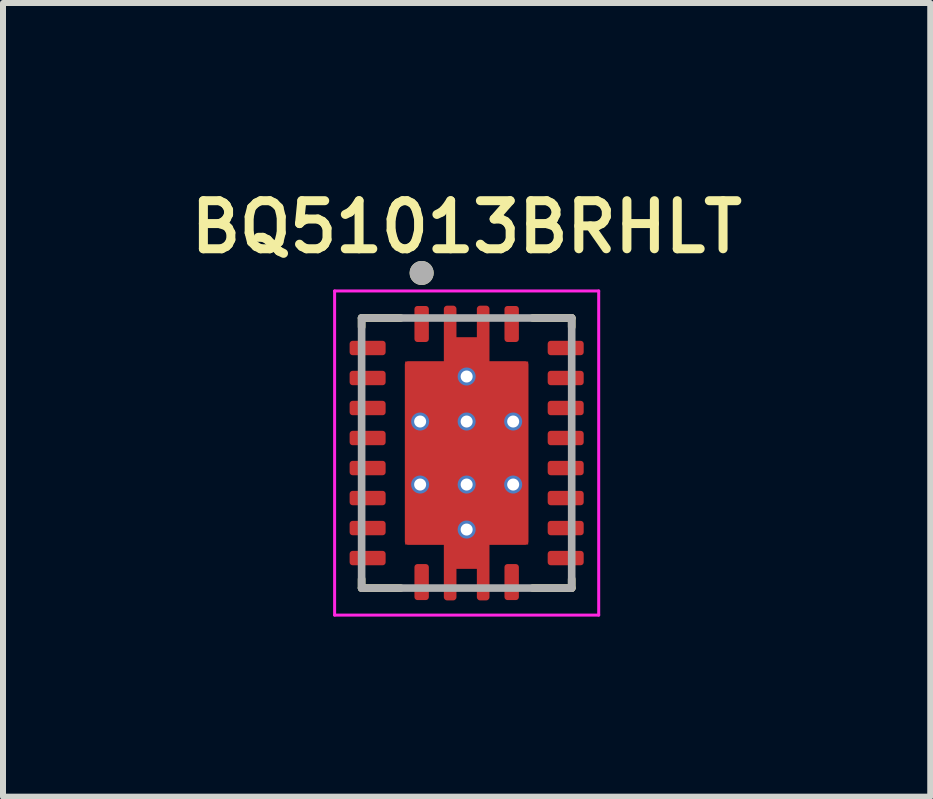
<source format=kicad_pcb>
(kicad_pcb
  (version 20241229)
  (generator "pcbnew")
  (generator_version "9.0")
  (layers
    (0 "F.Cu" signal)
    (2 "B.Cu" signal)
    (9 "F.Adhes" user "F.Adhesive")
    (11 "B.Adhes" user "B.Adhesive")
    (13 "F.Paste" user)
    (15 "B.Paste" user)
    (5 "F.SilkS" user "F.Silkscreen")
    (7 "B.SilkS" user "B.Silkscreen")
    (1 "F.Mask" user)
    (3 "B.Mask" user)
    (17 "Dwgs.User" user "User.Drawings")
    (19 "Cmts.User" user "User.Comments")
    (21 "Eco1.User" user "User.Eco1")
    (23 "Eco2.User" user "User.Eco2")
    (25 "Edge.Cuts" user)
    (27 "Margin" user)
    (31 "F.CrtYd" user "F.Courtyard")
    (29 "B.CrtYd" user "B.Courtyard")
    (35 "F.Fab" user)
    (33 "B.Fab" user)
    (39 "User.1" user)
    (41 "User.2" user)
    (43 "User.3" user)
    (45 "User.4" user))
  (footprint "BQ51013BRHLT"
    (layer "F.Cu")
    (at 4.725 4.498)
    (property "Reference" "BQ51013BRHLT" (at 0 -3.766 0) (layer "F.SilkS") (effects (font (size 0.801 0.801) (thickness 0.15))))
    (attr smd)
    (fp_poly (pts (xy -0.477 -1.627) (xy -0.477 -2.4) (xy -0.477 -2.408) (xy -0.476 -2.416) (xy -0.475 -2.424) (xy -0.474 -2.432) (xy -0.472 -2.439) (xy -0.47 -2.447) (xy -0.467 -2.454) (xy -0.464 -2.462) (xy -0.46 -2.469) (xy -0.457 -2.476) (xy -0.452 -2.483) (xy -0.448 -2.489) (xy -0.443 -2.496) (xy -0.438 -2.502) (xy -0.432 -2.507) (xy -0.427 -2.513) (xy -0.421 -2.518) (xy -0.414 -2.523) (xy -0.408 -2.527) (xy -0.401 -2.532) (xy -0.394 -2.535) (xy -0.387 -2.539) (xy -0.379 -2.542) (xy -0.372 -2.545) (xy -0.364 -2.547) (xy -0.357 -2.549) (xy -0.349 -2.55) (xy -0.341 -2.551) (xy -0.333 -2.552) (xy -0.325 -2.552) (xy -0.225 -2.552) (xy -0.217 -2.552) (xy -0.209 -2.551) (xy -0.201 -2.55) (xy -0.193 -2.549) (xy -0.186 -2.547) (xy -0.178 -2.545) (xy -0.171 -2.542) (xy -0.163 -2.539) (xy -0.156 -2.535) (xy -0.149 -2.532) (xy -0.142 -2.527) (xy -0.136 -2.523) (xy -0.129 -2.518) (xy -0.123 -2.513) (xy -0.118 -2.507) (xy -0.112 -2.502) (xy -0.107 -2.496) (xy -0.102 -2.489) (xy -0.098 -2.483) (xy -0.093 -2.476) (xy -0.09 -2.469) (xy -0.086 -2.462) (xy -0.083 -2.454) (xy -0.08 -2.447) (xy -0.078 -2.439) (xy -0.076 -2.432) (xy -0.075 -2.424) (xy -0.074 -2.416) (xy -0.073 -2.408) (xy -0.073 -2.4) (xy -0.073 -2.027) (xy 0.072 -2.027) (xy 0.073 -2.027) (xy 0.073 -2.402) (xy 0.073 -2.41) (xy 0.074 -2.418) (xy 0.075 -2.425) (xy 0.076 -2.433) (xy 0.078 -2.441) (xy 0.08 -2.448) (xy 0.083 -2.456) (xy 0.086 -2.463) (xy 0.089 -2.47) (xy 0.093 -2.477) (xy 0.097 -2.484) (xy 0.102 -2.49) (xy 0.106 -2.496) (xy 0.112 -2.502) (xy 0.117 -2.508) (xy 0.123 -2.513) (xy 0.129 -2.519) (xy 0.135 -2.523) (xy 0.141 -2.528) (xy 0.148 -2.532) (xy 0.155 -2.536) (xy 0.162 -2.539) (xy 0.169 -2.542) (xy 0.177 -2.545) (xy 0.184 -2.547) (xy 0.192 -2.549) (xy 0.2 -2.55) (xy 0.207 -2.551) (xy 0.215 -2.552) (xy 0.223 -2.552) (xy 0.326 -2.552) (xy 0.334 -2.552) (xy 0.342 -2.551) (xy 0.35 -2.55) (xy 0.357 -2.549) (xy 0.365 -2.547) (xy 0.373 -2.545) (xy 0.38 -2.542) (xy 0.387 -2.539) (xy 0.395 -2.536) (xy 0.401 -2.532) (xy 0.408 -2.528) (xy 0.415 -2.523) (xy 0.421 -2.518) (xy 0.427 -2.513) (xy 0.433 -2.508) (xy 0.438 -2.502) (xy 0.443 -2.496) (xy 0.448 -2.49) (xy 0.453 -2.483) (xy 0.457 -2.476) (xy 0.461 -2.47) (xy 0.464 -2.462) (xy 0.467 -2.455) (xy 0.47 -2.448) (xy 0.472 -2.44) (xy 0.474 -2.432) (xy 0.475 -2.425) (xy 0.476 -2.417) (xy 0.477 -2.409) (xy 0.477 -2.401) (xy 0.477 -1.627) (xy 0.975 -1.627) (xy 0.983 -1.627) (xy 0.991 -1.626) (xy 0.999 -1.625) (xy 1.007 -1.624) (xy 1.014 -1.622) (xy 1.022 -1.62) (xy 1.029 -1.617) (xy 1.037 -1.614) (xy 1.044 -1.61) (xy 1.051 -1.607) (xy 1.058 -1.602) (xy 1.064 -1.598) (xy 1.071 -1.593) (xy 1.077 -1.588) (xy 1.082 -1.582) (xy 1.088 -1.577) (xy 1.093 -1.571) (xy 1.098 -1.564) (xy 1.102 -1.558) (xy 1.107 -1.551) (xy 1.11 -1.544) (xy 1.114 -1.537) (xy 1.117 -1.529) (xy 1.12 -1.522) (xy 1.122 -1.514) (xy 1.124 -1.507) (xy 1.125 -1.499) (xy 1.126 -1.491) (xy 1.127 -1.483) (xy 1.127 -1.475) (xy 1.127 1.476) (xy 1.127 1.484) (xy 1.126 1.492) (xy 1.125 1.499) (xy 1.124 1.507) (xy 1.122 1.515) (xy 1.12 1.522) (xy 1.117 1.53) (xy 1.114 1.537) (xy 1.111 1.544) (xy 1.107 1.551) (xy 1.103 1.558) (xy 1.098 1.564) (xy 1.094 1.57) (xy 1.088 1.576) (xy 1.083 1.582) (xy 1.077 1.587) (xy 1.071 1.593) (xy 1.065 1.597) (xy 1.059 1.602) (xy 1.052 1.606) (xy 1.045 1.61) (xy 1.038 1.613) (xy 1.031 1.616) (xy 1.023 1.619) (xy 1.016 1.621) (xy 1.008 1.623) (xy 1 1.624) (xy 0.993 1.625) (xy 0.985 1.626) (xy 0.977 1.626) (xy 0.478 1.626) (xy 0.477 1.626) (xy 0.477 1.627) (xy 0.477 2.401) (xy 0.477 2.409) (xy 0.476 2.417) (xy 0.475 2.424) (xy 0.474 2.432) (xy 0.472 2.44) (xy 0.47 2.447) (xy 0.467 2.455) (xy 0.464 2.462) (xy 0.461 2.469) (xy 0.457 2.476) (xy 0.453 2.483) (xy 0.448 2.489) (xy 0.444 2.495) (xy 0.438 2.501) (xy 0.433 2.507) (xy 0.427 2.512) (xy 0.421 2.518) (xy 0.415 2.522) (xy 0.409 2.527) (xy 0.402 2.531) (xy 0.395 2.535) (xy 0.388 2.538) (xy 0.381 2.541) (xy 0.373 2.544) (xy 0.366 2.546) (xy 0.358 2.548) (xy 0.35 2.549) (xy 0.343 2.55) (xy 0.335 2.551) (xy 0.327 2.551) (xy 0.222 2.551) (xy 0.214 2.551) (xy 0.206 2.55) (xy 0.199 2.549) (xy 0.191 2.548) (xy 0.183 2.546) (xy 0.176 2.544) (xy 0.169 2.541) (xy 0.161 2.538) (xy 0.154 2.535) (xy 0.147 2.531) (xy 0.141 2.527) (xy 0.134 2.523) (xy 0.128 2.518) (xy 0.122 2.513) (xy 0.117 2.507) (xy 0.111 2.502) (xy 0.106 2.496) (xy 0.101 2.49) (xy 0.097 2.483) (xy 0.093 2.477) (xy 0.089 2.47) (xy 0.086 2.463) (xy 0.083 2.455) (xy 0.08 2.448) (xy 0.078 2.441) (xy 0.076 2.433) (xy 0.075 2.425) (xy 0.074 2.418) (xy 0.073 2.41) (xy 0.073 2.402) (xy 0.073 2.027) (xy -0.072 2.027) (xy -0.073 2.027) (xy -0.073 2.028) (xy -0.073 2.401) (xy -0.073 2.409) (xy -0.074 2.417) (xy -0.075 2.424) (xy -0.076 2.432) (xy -0.078 2.44) (xy -0.08 2.447) (xy -0.083 2.455) (xy -0.086 2.462) (xy -0.089 2.469) (xy -0.093 2.476) (xy -0.097 2.483) (xy -0.102 2.489) (xy -0.106 2.495) (xy -0.112 2.501) (xy -0.117 2.507) (xy -0.123 2.512) (xy -0.129 2.518) (xy -0.135 2.522) (xy -0.141 2.527) (xy -0.148 2.531) (xy -0.155 2.535) (xy -0.162 2.538) (xy -0.169 2.541) (xy -0.177 2.544) (xy -0.184 2.546) (xy -0.192 2.548) (xy -0.2 2.549) (xy -0.207 2.55) (xy -0.215 2.551) (xy -0.223 2.551) (xy -0.329 2.551) (xy -0.337 2.551) (xy -0.344 2.55) (xy -0.352 2.549) (xy -0.36 2.548) (xy -0.367 2.546) (xy -0.375 2.544) (xy -0.382 2.541) (xy -0.389 2.538) (xy -0.396 2.535) (xy -0.403 2.531) (xy -0.41 2.527) (xy -0.416 2.523) (xy -0.422 2.518) (xy -0.428 2.513) (xy -0.434 2.508) (xy -0.439 2.502) (xy -0.444 2.496) (xy -0.449 2.49) (xy -0.453 2.484) (xy -0.457 2.477) (xy -0.461 2.47) (xy -0.464 2.463) (xy -0.467 2.456) (xy -0.47 2.449) (xy -0.472 2.441) (xy -0.474 2.434) (xy -0.475 2.426) (xy -0.476 2.418) (xy -0.477 2.411) (xy -0.477 2.403) (xy -0.477 1.627) (xy -0.975 1.627) (xy -0.983 1.627) (xy -0.991 1.626) (xy -0.999 1.625) (xy -1.007 1.624) (xy -1.014 1.622) (xy -1.022 1.62) (xy -1.029 1.617) (xy -1.037 1.614) (xy -1.044 1.61) (xy -1.051 1.607) (xy -1.058 1.602) (xy -1.064 1.598) (xy -1.071 1.593) (xy -1.077 1.588) (xy -1.082 1.582) (xy -1.088 1.577) (xy -1.093 1.571) (xy -1.098 1.564) (xy -1.102 1.558) (xy -1.107 1.551) (xy -1.11 1.544) (xy -1.114 1.537) (xy -1.117 1.529) (xy -1.12 1.522) (xy -1.122 1.514) (xy -1.124 1.507) (xy -1.125 1.499) (xy -1.126 1.491) (xy -1.127 1.483) (xy -1.127 1.475) (xy -1.127 -1.474) (xy -1.127 -1.482) (xy -1.126 -1.49) (xy -1.125 -1.498) (xy -1.124 -1.506) (xy -1.122 -1.513) (xy -1.12 -1.521) (xy -1.117 -1.528) (xy -1.114 -1.536) (xy -1.11 -1.543) (xy -1.107 -1.55) (xy -1.102 -1.557) (xy -1.098 -1.563) (xy -1.093 -1.57) (xy -1.088 -1.576) (xy -1.082 -1.581) (xy -1.077 -1.587) (xy -1.071 -1.592) (xy -1.064 -1.597) (xy -1.058 -1.601) (xy -1.051 -1.606) (xy -1.044 -1.609) (xy -1.037 -1.613) (xy -1.029 -1.616) (xy -1.022 -1.619) (xy -1.014 -1.621) (xy -1.007 -1.623) (xy -0.999 -1.624) (xy -0.991 -1.625) (xy -0.983 -1.626) (xy -0.975 -1.626) (xy -0.478 -1.626) (xy -0.477 -1.626) (xy -0.477 -1.627)) (stroke (width 0.01) (type solid)) (fill yes) (layer "F.Mask"))
    (fp_line (start -1.75 -2.25) (end -1.1 -2.25) (stroke (width 0.127) (type solid)) (layer "F.SilkS"))
    (fp_line (start -1.75 -2.1) (end -1.75 -2.25) (stroke (width 0.127) (type solid)) (layer "F.SilkS"))
    (fp_line (start -1.75 2.1) (end -1.75 2.25) (stroke (width 0.127) (type solid)) (layer "F.SilkS"))
    (fp_line (start -1.75 2.25) (end -1.1 2.25) (stroke (width 0.127) (type solid)) (layer "F.SilkS"))
    (fp_line (start 1.1 -2.25) (end 1.75 -2.25) (stroke (width 0.127) (type solid)) (layer "F.SilkS"))
    (fp_line (start 1.1 2.25) (end 1.75 2.25) (stroke (width 0.127) (type solid)) (layer "F.SilkS"))
    (fp_line (start 1.75 -2.25) (end 1.75 -2.1) (stroke (width 0.127) (type solid)) (layer "F.SilkS"))
    (fp_line (start 1.75 2.25) (end 1.75 2.1) (stroke (width 0.127) (type solid)) (layer "F.SilkS"))
    (fp_circle (center -0.75 -3) (end -0.65 -3) (stroke (width 0.2) (type solid)) (fill no) (layer "F.SilkS"))
    (fp_poly (pts (xy -1.02 -0.625) (xy -0.1 -0.625) (xy -0.1 -1.475) (xy -1.02 -1.475)) (stroke (width 0.01) (type solid)) (fill yes) (layer "F.Paste"))
    (fp_poly (pts (xy -1.02 0.425) (xy -0.1 0.425) (xy -0.1 -0.425) (xy -1.02 -0.425)) (stroke (width 0.01) (type solid)) (fill yes) (layer "F.Paste"))
    (fp_poly (pts (xy -1.02 1.475) (xy -0.1 1.475) (xy -0.1 0.625) (xy -1.02 0.625)) (stroke (width 0.01) (type solid)) (fill yes) (layer "F.Paste"))
    (fp_poly (pts (xy 0.1 -0.625) (xy 1.02 -0.625) (xy 1.02 -1.475) (xy 0.1 -1.475)) (stroke (width 0.01) (type solid)) (fill yes) (layer "F.Paste"))
    (fp_poly (pts (xy 0.1 0.425) (xy 1.02 0.425) (xy 1.02 -0.425) (xy 0.1 -0.425)) (stroke (width 0.01) (type solid)) (fill yes) (layer "F.Paste"))
    (fp_poly (pts (xy 0.1 1.475) (xy 1.02 1.475) (xy 1.02 0.625) (xy 0.1 0.625)) (stroke (width 0.01) (type solid)) (fill yes) (layer "F.Paste"))
    (fp_poly (pts (xy -0.375 -1.675) (xy -0.375 -2.4) (xy -0.375 -2.403) (xy -0.375 -2.405) (xy -0.374 -2.408) (xy -0.374 -2.41) (xy -0.373 -2.413) (xy -0.373 -2.415) (xy -0.372 -2.418) (xy -0.371 -2.42) (xy -0.37 -2.423) (xy -0.368 -2.425) (xy -0.367 -2.427) (xy -0.365 -2.429) (xy -0.364 -2.431) (xy -0.362 -2.433) (xy -0.36 -2.435) (xy -0.358 -2.437) (xy -0.356 -2.439) (xy -0.354 -2.44) (xy -0.352 -2.442) (xy -0.35 -2.443) (xy -0.348 -2.445) (xy -0.345 -2.446) (xy -0.343 -2.447) (xy -0.34 -2.448) (xy -0.338 -2.448) (xy -0.335 -2.449) (xy -0.333 -2.449) (xy -0.33 -2.45) (xy -0.328 -2.45) (xy -0.325 -2.45) (xy -0.225 -2.45) (xy -0.222 -2.45) (xy -0.22 -2.45) (xy -0.217 -2.449) (xy -0.215 -2.449) (xy -0.212 -2.448) (xy -0.21 -2.448) (xy -0.207 -2.447) (xy -0.205 -2.446) (xy -0.202 -2.445) (xy -0.2 -2.443) (xy -0.198 -2.442) (xy -0.196 -2.44) (xy -0.194 -2.439) (xy -0.192 -2.437) (xy -0.19 -2.435) (xy -0.188 -2.433) (xy -0.186 -2.431) (xy -0.185 -2.429) (xy -0.183 -2.427) (xy -0.182 -2.425) (xy -0.18 -2.423) (xy -0.179 -2.42) (xy -0.178 -2.418) (xy -0.177 -2.415) (xy -0.177 -2.413) (xy -0.176 -2.41) (xy -0.176 -2.408) (xy -0.175 -2.405) (xy -0.175 -2.403) (xy -0.175 -2.4) (xy -0.175 -1.925) (xy 0.175 -1.925) (xy 0.175 -2.4) (xy 0.175 -2.403) (xy 0.175 -2.405) (xy 0.176 -2.408) (xy 0.176 -2.41) (xy 0.177 -2.413) (xy 0.177 -2.415) (xy 0.178 -2.418) (xy 0.179 -2.42) (xy 0.18 -2.423) (xy 0.182 -2.425) (xy 0.183 -2.427) (xy 0.185 -2.429) (xy 0.186 -2.431) (xy 0.188 -2.433) (xy 0.19 -2.435) (xy 0.192 -2.437) (xy 0.194 -2.439) (xy 0.196 -2.44) (xy 0.198 -2.442) (xy 0.2 -2.443) (xy 0.202 -2.445) (xy 0.205 -2.446) (xy 0.207 -2.447) (xy 0.21 -2.448) (xy 0.212 -2.448) (xy 0.215 -2.449) (xy 0.217 -2.449) (xy 0.22 -2.45) (xy 0.222 -2.45) (xy 0.225 -2.45) (xy 0.325 -2.45) (xy 0.328 -2.45) (xy 0.33 -2.45) (xy 0.333 -2.449) (xy 0.335 -2.449) (xy 0.338 -2.448) (xy 0.34 -2.448) (xy 0.343 -2.447) (xy 0.345 -2.446) (xy 0.348 -2.445) (xy 0.35 -2.443) (xy 0.352 -2.442) (xy 0.354 -2.44) (xy 0.356 -2.439) (xy 0.358 -2.437) (xy 0.36 -2.435) (xy 0.362 -2.433) (xy 0.364 -2.431) (xy 0.365 -2.429) (xy 0.367 -2.427) (xy 0.368 -2.425) (xy 0.37 -2.423) (xy 0.371 -2.42) (xy 0.372 -2.418) (xy 0.373 -2.415) (xy 0.373 -2.413) (xy 0.374 -2.41) (xy 0.374 -2.408) (xy 0.375 -2.405) (xy 0.375 -2.403) (xy 0.375 -2.4) (xy 0.375 -1.675) (xy -0.375 -1.675)) (stroke (width 0.01) (type solid)) (fill yes) (layer "F.Paste"))
    (fp_poly (pts (xy 0.375 1.675) (xy 0.375 2.4) (xy 0.375 2.403) (xy 0.375 2.405) (xy 0.374 2.408) (xy 0.374 2.41) (xy 0.373 2.413) (xy 0.373 2.415) (xy 0.372 2.418) (xy 0.371 2.42) (xy 0.37 2.423) (xy 0.368 2.425) (xy 0.367 2.427) (xy 0.365 2.429) (xy 0.364 2.431) (xy 0.362 2.433) (xy 0.36 2.435) (xy 0.358 2.437) (xy 0.356 2.439) (xy 0.354 2.44) (xy 0.352 2.442) (xy 0.35 2.443) (xy 0.348 2.445) (xy 0.345 2.446) (xy 0.343 2.447) (xy 0.34 2.448) (xy 0.338 2.448) (xy 0.335 2.449) (xy 0.333 2.449) (xy 0.33 2.45) (xy 0.328 2.45) (xy 0.325 2.45) (xy 0.225 2.45) (xy 0.222 2.45) (xy 0.22 2.45) (xy 0.217 2.449) (xy 0.215 2.449) (xy 0.212 2.448) (xy 0.21 2.448) (xy 0.207 2.447) (xy 0.205 2.446) (xy 0.202 2.445) (xy 0.2 2.443) (xy 0.198 2.442) (xy 0.196 2.44) (xy 0.194 2.439) (xy 0.192 2.437) (xy 0.19 2.435) (xy 0.188 2.433) (xy 0.186 2.431) (xy 0.185 2.429) (xy 0.183 2.427) (xy 0.182 2.425) (xy 0.18 2.423) (xy 0.179 2.42) (xy 0.178 2.418) (xy 0.177 2.415) (xy 0.177 2.413) (xy 0.176 2.41) (xy 0.176 2.408) (xy 0.175 2.405) (xy 0.175 2.403) (xy 0.175 2.4) (xy 0.175 1.925) (xy -0.175 1.925) (xy -0.175 2.4) (xy -0.175 2.403) (xy -0.175 2.405) (xy -0.176 2.408) (xy -0.176 2.41) (xy -0.177 2.413) (xy -0.177 2.415) (xy -0.178 2.418) (xy -0.179 2.42) (xy -0.18 2.423) (xy -0.182 2.425) (xy -0.183 2.427) (xy -0.185 2.429) (xy -0.186 2.431) (xy -0.188 2.433) (xy -0.19 2.435) (xy -0.192 2.437) (xy -0.194 2.439) (xy -0.196 2.44) (xy -0.198 2.442) (xy -0.2 2.443) (xy -0.202 2.445) (xy -0.205 2.446) (xy -0.207 2.447) (xy -0.21 2.448) (xy -0.212 2.448) (xy -0.215 2.449) (xy -0.217 2.449) (xy -0.22 2.45) (xy -0.222 2.45) (xy -0.225 2.45) (xy -0.325 2.45) (xy -0.328 2.45) (xy -0.33 2.45) (xy -0.333 2.449) (xy -0.335 2.449) (xy -0.338 2.448) (xy -0.34 2.448) (xy -0.343 2.447) (xy -0.345 2.446) (xy -0.348 2.445) (xy -0.35 2.443) (xy -0.352 2.442) (xy -0.354 2.44) (xy -0.356 2.439) (xy -0.358 2.437) (xy -0.36 2.435) (xy -0.362 2.433) (xy -0.364 2.431) (xy -0.365 2.429) (xy -0.367 2.427) (xy -0.368 2.425) (xy -0.37 2.423) (xy -0.371 2.42) (xy -0.372 2.418) (xy -0.373 2.415) (xy -0.373 2.413) (xy -0.374 2.41) (xy -0.374 2.408) (xy -0.375 2.405) (xy -0.375 2.403) (xy -0.375 2.4) (xy -0.375 1.675) (xy 0.375 1.675)) (stroke (width 0.01) (type solid)) (fill yes) (layer "F.Paste"))
    (fp_line (start -2.2 -2.7) (end -2.2 2.7) (stroke (width 0.05) (type solid)) (layer "F.CrtYd"))
    (fp_line (start -2.2 2.7) (end 2.2 2.7) (stroke (width 0.05) (type solid)) (layer "F.CrtYd"))
    (fp_line (start 2.2 -2.7) (end -2.2 -2.7) (stroke (width 0.05) (type solid)) (layer "F.CrtYd"))
    (fp_line (start 2.2 2.7) (end 2.2 -2.7) (stroke (width 0.05) (type solid)) (layer "F.CrtYd"))
    (fp_line (start -1.75 -2.25) (end 1.75 -2.25) (stroke (width 0.127) (type solid)) (layer "F.Fab"))
    (fp_line (start -1.75 2.25) (end -1.75 -2.25) (stroke (width 0.127) (type solid)) (layer "F.Fab"))
    (fp_line (start 1.75 -2.25) (end 1.75 2.25) (stroke (width 0.127) (type solid)) (layer "F.Fab"))
    (fp_line (start 1.75 2.25) (end -1.75 2.25) (stroke (width 0.127) (type solid)) (layer "F.Fab"))
    (fp_circle (center -0.75 -3) (end -0.65 -3) (stroke (width 0.2) (type solid)) (fill no) (layer "F.Fab"))
    (pad "1" smd roundrect (at -0.75 -2.15) (size 0.24 0.6) (layers "F.Cu" "F.Mask" "F.Paste") (roundrect_rratio 0.21))
    (pad "2" smd roundrect (at -1.65 -1.75) (size 0.6 0.24) (layers "F.Cu" "F.Mask" "F.Paste") (roundrect_rratio 0.21))
    (pad "3" smd roundrect (at -1.65 -1.25) (size 0.6 0.24) (layers "F.Cu" "F.Mask" "F.Paste") (roundrect_rratio 0.21))
    (pad "4" smd roundrect (at -1.65 -0.75) (size 0.6 0.24) (layers "F.Cu" "F.Mask" "F.Paste") (roundrect_rratio 0.21))
    (pad "5" smd roundrect (at -1.65 -0.25) (size 0.6 0.24) (layers "F.Cu" "F.Mask" "F.Paste") (roundrect_rratio 0.21))
    (pad "6" smd roundrect (at -1.65 0.25) (size 0.6 0.24) (layers "F.Cu" "F.Mask" "F.Paste") (roundrect_rratio 0.21))
    (pad "7" smd roundrect (at -1.65 0.75) (size 0.6 0.24) (layers "F.Cu" "F.Mask" "F.Paste") (roundrect_rratio 0.21))
    (pad "8" smd roundrect (at -1.65 1.25) (size 0.6 0.24) (layers "F.Cu" "F.Mask" "F.Paste") (roundrect_rratio 0.21))
    (pad "9" smd roundrect (at -1.65 1.75) (size 0.6 0.24) (layers "F.Cu" "F.Mask" "F.Paste") (roundrect_rratio 0.21))
    (pad "10" smd roundrect (at -0.75 2.15) (size 0.24 0.6) (layers "F.Cu" "F.Mask" "F.Paste") (roundrect_rratio 0.21))
    (pad "11" smd roundrect (at 0.75 2.15) (size 0.24 0.6) (layers "F.Cu" "F.Mask" "F.Paste") (roundrect_rratio 0.21))
    (pad "12" smd roundrect (at 1.65 1.75) (size 0.6 0.24) (layers "F.Cu" "F.Mask" "F.Paste") (roundrect_rratio 0.21))
    (pad "13" smd roundrect (at 1.65 1.25) (size 0.6 0.24) (layers "F.Cu" "F.Mask" "F.Paste") (roundrect_rratio 0.21))
    (pad "14" smd roundrect (at 1.65 0.75) (size 0.6 0.24) (layers "F.Cu" "F.Mask" "F.Paste") (roundrect_rratio 0.21))
    (pad "15" smd roundrect (at 1.65 0.25) (size 0.6 0.24) (layers "F.Cu" "F.Mask" "F.Paste") (roundrect_rratio 0.21))
    (pad "16" smd roundrect (at 1.65 -0.25) (size 0.6 0.24) (layers "F.Cu" "F.Mask" "F.Paste") (roundrect_rratio 0.21))
    (pad "17" smd roundrect (at 1.65 -0.75) (size 0.6 0.24) (layers "F.Cu" "F.Mask" "F.Paste") (roundrect_rratio 0.21))
    (pad "18" smd roundrect (at 1.65 -1.25) (size 0.6 0.24) (layers "F.Cu" "F.Mask" "F.Paste") (roundrect_rratio 0.21))
    (pad "19" smd roundrect (at 1.65 -1.75) (size 0.6 0.24) (layers "F.Cu" "F.Mask" "F.Paste") (roundrect_rratio 0.21))
    (pad "20" smd roundrect (at 0.75 -2.15) (size 0.24 0.6) (layers "F.Cu" "F.Mask" "F.Paste") (roundrect_rratio 0.21))
    (pad "21" smd custom (at 0 0) (size 2.05 3.05) (layers "F.Cu" "F.Mask") (options (anchor rect)) (primitives (gr_poly (pts (xy -0.375 -1.525) (xy -0.375 -2.4) (xy -0.375 -2.403) (xy -0.375 -2.405) (xy -0.374 -2.408) (xy -0.374 -2.41) (xy -0.373 -2.413) (xy -0.373 -2.415) (xy -0.372 -2.418) (xy -0.371 -2.42) (xy -0.37 -2.423) (xy -0.368 -2.425) (xy -0.367 -2.427) (xy -0.365 -2.429) (xy -0.364 -2.431) (xy -0.362 -2.433) (xy -0.36 -2.435) (xy -0.358 -2.437) (xy -0.356 -2.439) (xy -0.354 -2.44) (xy -0.352 -2.442) (xy -0.35 -2.443) (xy -0.348 -2.445) (xy -0.345 -2.446) (xy -0.343 -2.447) (xy -0.34 -2.448) (xy -0.338 -2.448) (xy -0.335 -2.449) (xy -0.333 -2.449) (xy -0.33 -2.45) (xy -0.328 -2.45) (xy -0.325 -2.45) (xy -0.225 -2.45) (xy -0.222 -2.45) (xy -0.22 -2.45) (xy -0.217 -2.449) (xy -0.215 -2.449) (xy -0.212 -2.448) (xy -0.21 -2.448) (xy -0.207 -2.447) (xy -0.205 -2.446) (xy -0.202 -2.445) (xy -0.2 -2.443) (xy -0.198 -2.442) (xy -0.196 -2.44) (xy -0.194 -2.439) (xy -0.192 -2.437) (xy -0.19 -2.435) (xy -0.188 -2.433) (xy -0.186 -2.431) (xy -0.185 -2.429) (xy -0.183 -2.427) (xy -0.182 -2.425) (xy -0.18 -2.423) (xy -0.179 -2.42) (xy -0.178 -2.418) (xy -0.177 -2.415) (xy -0.177 -2.413) (xy -0.176 -2.41) (xy -0.176 -2.408) (xy -0.175 -2.405) (xy -0.175 -2.403) (xy -0.175 -2.4) (xy -0.175 -1.925) (xy 0.175 -1.925) (xy 0.175 -2.4) (xy 0.175 -2.403) (xy 0.175 -2.405) (xy 0.176 -2.408) (xy 0.176 -2.41) (xy 0.177 -2.413) (xy 0.177 -2.415) (xy 0.178 -2.418) (xy 0.179 -2.42) (xy 0.18 -2.423) (xy 0.182 -2.425) (xy 0.183 -2.427) (xy 0.185 -2.429) (xy 0.186 -2.431) (xy 0.188 -2.433) (xy 0.19 -2.435) (xy 0.192 -2.437) (xy 0.194 -2.439) (xy 0.196 -2.44) (xy 0.198 -2.442) (xy 0.2 -2.443) (xy 0.202 -2.445) (xy 0.205 -2.446) (xy 0.207 -2.447) (xy 0.21 -2.448) (xy 0.212 -2.448) (xy 0.215 -2.449) (xy 0.217 -2.449) (xy 0.22 -2.45) (xy 0.222 -2.45) (xy 0.225 -2.45) (xy 0.325 -2.45) (xy 0.328 -2.45) (xy 0.33 -2.45) (xy 0.333 -2.449) (xy 0.335 -2.449) (xy 0.338 -2.448) (xy 0.34 -2.448) (xy 0.343 -2.447) (xy 0.345 -2.446) (xy 0.348 -2.445) (xy 0.35 -2.443) (xy 0.352 -2.442) (xy 0.354 -2.44) (xy 0.356 -2.439) (xy 0.358 -2.437) (xy 0.36 -2.435) (xy 0.362 -2.433) (xy 0.364 -2.431) (xy 0.365 -2.429) (xy 0.367 -2.427) (xy 0.368 -2.425) (xy 0.37 -2.423) (xy 0.371 -2.42) (xy 0.372 -2.418) (xy 0.373 -2.415) (xy 0.373 -2.413) (xy 0.374 -2.41) (xy 0.374 -2.408) (xy 0.375 -2.405) (xy 0.375 -2.403) (xy 0.375 -2.4) (xy 0.375 -1.525) (xy 0.975 -1.525) (xy 0.978 -1.525) (xy 0.98 -1.525) (xy 0.983 -1.524) (xy 0.985 -1.524) (xy 0.988 -1.523) (xy 0.99 -1.523) (xy 0.993 -1.522) (xy 0.995 -1.521) (xy 0.998 -1.52) (xy 1 -1.518) (xy 1.002 -1.517) (xy 1.004 -1.515) (xy 1.006 -1.514) (xy 1.008 -1.512) (xy 1.01 -1.51) (xy 1.012 -1.508) (xy 1.014 -1.506) (xy 1.015 -1.504) (xy 1.017 -1.502) (xy 1.018 -1.5) (xy 1.02 -1.498) (xy 1.021 -1.495) (xy 1.022 -1.493) (xy 1.023 -1.49) (xy 1.023 -1.488) (xy 1.024 -1.485) (xy 1.024 -1.483) (xy 1.025 -1.48) (xy 1.025 -1.478) (xy 1.025 -1.475) (xy 1.025 1.475) (xy 1.025 1.478) (xy 1.025 1.48) (xy 1.024 1.483) (xy 1.024 1.485) (xy 1.023 1.488) (xy 1.023 1.49) (xy 1.022 1.493) (xy 1.021 1.495) (xy 1.02 1.498) (xy 1.018 1.5) (xy 1.017 1.502) (xy 1.015 1.504) (xy 1.014 1.506) (xy 1.012 1.508) (xy 1.01 1.51) (xy 1.008 1.512) (xy 1.006 1.514) (xy 1.004 1.515) (xy 1.002 1.517) (xy 1 1.518) (xy 0.998 1.52) (xy 0.995 1.521) (xy 0.993 1.522) (xy 0.99 1.523) (xy 0.988 1.523) (xy 0.985 1.524) (xy 0.983 1.524) (xy 0.98 1.525) (xy 0.978 1.525) (xy 0.975 1.525) (xy 0.375 1.525) (xy 0.375 2.4) (xy 0.375 2.403) (xy 0.375 2.405) (xy 0.374 2.408) (xy 0.374 2.41) (xy 0.373 2.413) (xy 0.373 2.415) (xy 0.372 2.418) (xy 0.371 2.42) (xy 0.37 2.423) (xy 0.368 2.425) (xy 0.367 2.427) (xy 0.365 2.429) (xy 0.364 2.431) (xy 0.362 2.433) (xy 0.36 2.435) (xy 0.358 2.437) (xy 0.356 2.439) (xy 0.354 2.44) (xy 0.352 2.442) (xy 0.35 2.443) (xy 0.348 2.445) (xy 0.345 2.446) (xy 0.343 2.447) (xy 0.34 2.448) (xy 0.338 2.448) (xy 0.335 2.449) (xy 0.333 2.449) (xy 0.33 2.45) (xy 0.328 2.45) (xy 0.325 2.45) (xy 0.225 2.45) (xy 0.222 2.45) (xy 0.22 2.45) (xy 0.217 2.449) (xy 0.215 2.449) (xy 0.212 2.448) (xy 0.21 2.448) (xy 0.207 2.447) (xy 0.205 2.446) (xy 0.202 2.445) (xy 0.2 2.443) (xy 0.198 2.442) (xy 0.196 2.44) (xy 0.194 2.439) (xy 0.192 2.437) (xy 0.19 2.435) (xy 0.188 2.433) (xy 0.186 2.431) (xy 0.185 2.429) (xy 0.183 2.427) (xy 0.182 2.425) (xy 0.18 2.423) (xy 0.179 2.42) (xy 0.178 2.418) (xy 0.177 2.415) (xy 0.177 2.413) (xy 0.176 2.41) (xy 0.176 2.408) (xy 0.175 2.405) (xy 0.175 2.403) (xy 0.175 2.4) (xy 0.175 1.925) (xy -0.175 1.925) (xy -0.175 2.4) (xy -0.175 2.403) (xy -0.175 2.405) (xy -0.176 2.408) (xy -0.176 2.41) (xy -0.177 2.413) (xy -0.177 2.415) (xy -0.178 2.418) (xy -0.179 2.42) (xy -0.18 2.423) (xy -0.182 2.425) (xy -0.183 2.427) (xy -0.185 2.429) (xy -0.186 2.431) (xy -0.188 2.433) (xy -0.19 2.435) (xy -0.192 2.437) (xy -0.194 2.439) (xy -0.196 2.44) (xy -0.198 2.442) (xy -0.2 2.443) (xy -0.202 2.445) (xy -0.205 2.446) (xy -0.207 2.447) (xy -0.21 2.448) (xy -0.212 2.448) (xy -0.215 2.449) (xy -0.217 2.449) (xy -0.22 2.45) (xy -0.222 2.45) (xy -0.225 2.45) (xy -0.325 2.45) (xy -0.328 2.45) (xy -0.33 2.45) (xy -0.333 2.449) (xy -0.335 2.449) (xy -0.338 2.448) (xy -0.34 2.448) (xy -0.343 2.447) (xy -0.345 2.446) (xy -0.348 2.445) (xy -0.35 2.443) (xy -0.352 2.442) (xy -0.354 2.44) (xy -0.356 2.439) (xy -0.358 2.437) (xy -0.36 2.435) (xy -0.362 2.433) (xy -0.364 2.431) (xy -0.365 2.429) (xy -0.367 2.427) (xy -0.368 2.425) (xy -0.37 2.423) (xy -0.371 2.42) (xy -0.372 2.418) (xy -0.373 2.415) (xy -0.373 2.413) (xy -0.374 2.41) (xy -0.374 2.408) (xy -0.375 2.405) (xy -0.375 2.403) (xy -0.375 2.4) (xy -0.375 1.525) (xy -0.975 1.525) (xy -0.978 1.525) (xy -0.98 1.525) (xy -0.983 1.524) (xy -0.985 1.524) (xy -0.988 1.523) (xy -0.99 1.523) (xy -0.993 1.522) (xy -0.995 1.521) (xy -0.998 1.52) (xy -1 1.518) (xy -1.002 1.517) (xy -1.004 1.515) (xy -1.006 1.514) (xy -1.008 1.512) (xy -1.01 1.51) (xy -1.012 1.508) (xy -1.014 1.506) (xy -1.015 1.504) (xy -1.017 1.502) (xy -1.018 1.5) (xy -1.02 1.498) (xy -1.021 1.495) (xy -1.022 1.493) (xy -1.023 1.49) (xy -1.023 1.488) (xy -1.024 1.485) (xy -1.024 1.483) (xy -1.025 1.48) (xy -1.025 1.478) (xy -1.025 1.475) (xy -1.025 -1.475) (xy -1.025 -1.478) (xy -1.025 -1.48) (xy -1.024 -1.483) (xy -1.024 -1.485) (xy -1.023 -1.488) (xy -1.023 -1.49) (xy -1.022 -1.493) (xy -1.021 -1.495) (xy -1.02 -1.498) (xy -1.018 -1.5) (xy -1.017 -1.502) (xy -1.015 -1.504) (xy -1.014 -1.506) (xy -1.012 -1.508) (xy -1.01 -1.51) (xy -1.008 -1.512) (xy -1.006 -1.514) (xy -1.004 -1.515) (xy -1.002 -1.517) (xy -1 -1.518) (xy -0.998 -1.52) (xy -0.995 -1.521) (xy -0.993 -1.522) (xy -0.99 -1.523) (xy -0.988 -1.523) (xy -0.985 -1.524) (xy -0.983 -1.524) (xy -0.98 -1.525) (xy -0.978 -1.525) (xy -0.975 -1.525) (xy -0.375 -1.525)) (width 0.01) (fill yes))))
    (pad "22" thru_hole circle (at 0 -1.275) (size 0.3 0.3) (drill 0.2) (layers "*.Cu" "*.Mask"))
    (pad "23" thru_hole circle (at -0.775 -0.525) (size 0.3 0.3) (drill 0.2) (layers "*.Cu" "*.Mask"))
    (pad "24" thru_hole circle (at 0 -0.525) (size 0.3 0.3) (drill 0.2) (layers "*.Cu" "*.Mask"))
    (pad "25" thru_hole circle (at 0.775 -0.525) (size 0.3 0.3) (drill 0.2) (layers "*.Cu" "*.Mask"))
    (pad "26" thru_hole circle (at -0.775 0.525) (size 0.3 0.3) (drill 0.2) (layers "*.Cu" "*.Mask"))
    (pad "27" thru_hole circle (at 0 0.525) (size 0.3 0.3) (drill 0.2) (layers "*.Cu" "*.Mask"))
    (pad "28" thru_hole circle (at 0.775 0.525) (size 0.3 0.3) (drill 0.2) (layers "*.Cu" "*.Mask"))
    (pad "29" thru_hole circle (at 0 1.275) (size 0.3 0.3) (drill 0.2) (layers "*.Cu" "*.Mask")))
  (gr_rect
    (start -3 -3)
    (end 12.449 10.223)
    (stroke (width 0.1) (type default))
    (fill no)
    (layer "Edge.Cuts")))
</source>
